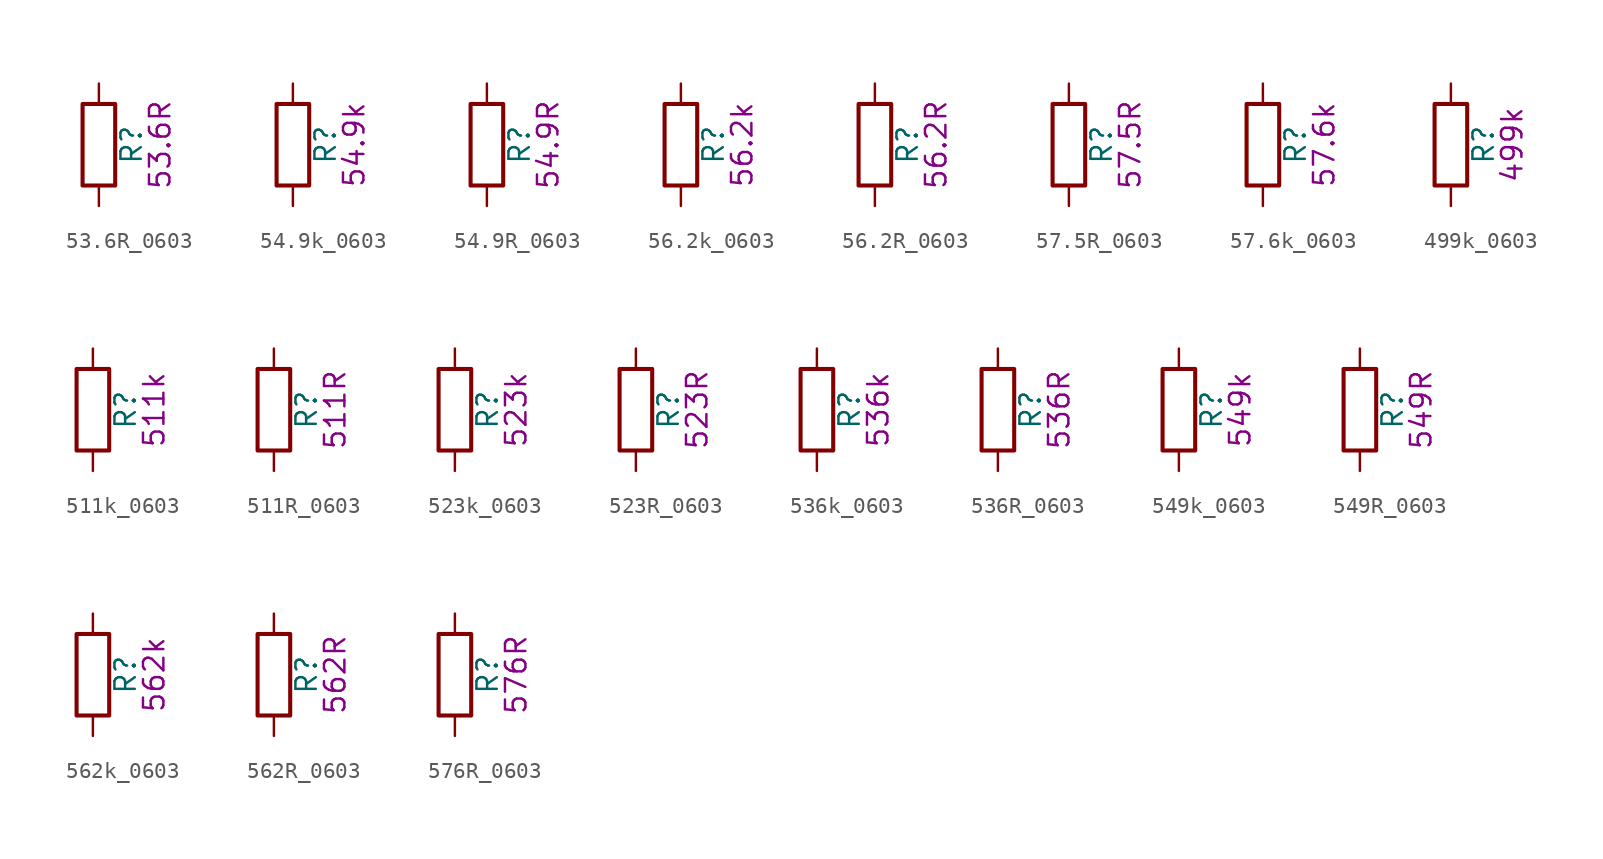
<source format=kicad_sym>
(kicad_symbol_lib
  (version 20211014)
  (generator kicad_symbol_editor)
  (symbol "53.6R_0603"
    (pin_numbers hide)
    (pin_names
      (offset 0))
    (property "Reference" "R"
      (at 2.032 0 90)
      (effects (font (size 1.27 1.27))))
    (property "Display" "53.6R"
      (at 3.81 0 90)
      (effects (font (size 1.27 1.27))))
    (symbol "53.6R_0603_0_1"
      (rectangle (start -1.016 -2.54) (end 1.016 2.54) (stroke (width 0.254) (type default) (color 0 0 0 0)) (fill (type none))))
    (symbol "53.6R_0603_1_1"
      (pin passive line (at 0 3.81 270) (length 1.27) (name "~" (effects (font (size 1.27 1.27)))) (number "1" (effects (font (size 1.27 1.27)))))
      (pin passive line (at 0 -3.81 90) (length 1.27) (name "~" (effects (font (size 1.27 1.27)))) (number "2" (effects (font (size 1.27 1.27)))))))
  (symbol "54.9k_0603"
    (pin_numbers hide)
    (pin_names
      (offset 0))
    (property "Reference" "R"
      (at 2.032 0 90)
      (effects (font (size 1.27 1.27))))
    (property "Display" "54.9k"
      (at 3.81 0 90)
      (effects (font (size 1.27 1.27))))
    (symbol "54.9k_0603_0_1"
      (rectangle (start -1.016 -2.54) (end 1.016 2.54) (stroke (width 0.254) (type default) (color 0 0 0 0)) (fill (type none))))
    (symbol "54.9k_0603_1_1"
      (pin passive line (at 0 3.81 270) (length 1.27) (name "~" (effects (font (size 1.27 1.27)))) (number "1" (effects (font (size 1.27 1.27)))))
      (pin passive line (at 0 -3.81 90) (length 1.27) (name "~" (effects (font (size 1.27 1.27)))) (number "2" (effects (font (size 1.27 1.27)))))))
  (symbol "54.9R_0603"
    (pin_numbers hide)
    (pin_names
      (offset 0))
    (property "Reference" "R"
      (at 2.032 0 90)
      (effects (font (size 1.27 1.27))))
    (property "Display" "54.9R"
      (at 3.81 0 90)
      (effects (font (size 1.27 1.27))))
    (symbol "54.9R_0603_0_1"
      (rectangle (start -1.016 -2.54) (end 1.016 2.54) (stroke (width 0.254) (type default) (color 0 0 0 0)) (fill (type none))))
    (symbol "54.9R_0603_1_1"
      (pin passive line (at 0 3.81 270) (length 1.27) (name "~" (effects (font (size 1.27 1.27)))) (number "1" (effects (font (size 1.27 1.27)))))
      (pin passive line (at 0 -3.81 90) (length 1.27) (name "~" (effects (font (size 1.27 1.27)))) (number "2" (effects (font (size 1.27 1.27)))))))
  (symbol "56.2k_0603"
    (pin_numbers hide)
    (pin_names
      (offset 0))
    (property "Reference" "R"
      (at 2.032 0 90)
      (effects (font (size 1.27 1.27))))
    (property "Display" "56.2k"
      (at 3.81 0 90)
      (effects (font (size 1.27 1.27))))
    (symbol "56.2k_0603_0_1"
      (rectangle (start -1.016 -2.54) (end 1.016 2.54) (stroke (width 0.254) (type default) (color 0 0 0 0)) (fill (type none))))
    (symbol "56.2k_0603_1_1"
      (pin passive line (at 0 3.81 270) (length 1.27) (name "~" (effects (font (size 1.27 1.27)))) (number "1" (effects (font (size 1.27 1.27)))))
      (pin passive line (at 0 -3.81 90) (length 1.27) (name "~" (effects (font (size 1.27 1.27)))) (number "2" (effects (font (size 1.27 1.27)))))))
  (symbol "56.2R_0603"
    (pin_numbers hide)
    (pin_names
      (offset 0))
    (property "Reference" "R"
      (at 2.032 0 90)
      (effects (font (size 1.27 1.27))))
    (property "Display" "56.2R"
      (at 3.81 0 90)
      (effects (font (size 1.27 1.27))))
    (symbol "56.2R_0603_0_1"
      (rectangle (start -1.016 -2.54) (end 1.016 2.54) (stroke (width 0.254) (type default) (color 0 0 0 0)) (fill (type none))))
    (symbol "56.2R_0603_1_1"
      (pin passive line (at 0 3.81 270) (length 1.27) (name "~" (effects (font (size 1.27 1.27)))) (number "1" (effects (font (size 1.27 1.27)))))
      (pin passive line (at 0 -3.81 90) (length 1.27) (name "~" (effects (font (size 1.27 1.27)))) (number "2" (effects (font (size 1.27 1.27)))))))
  (symbol "57.5R_0603"
    (pin_numbers hide)
    (pin_names
      (offset 0))
    (property "Reference" "R"
      (at 2.032 0 90)
      (effects (font (size 1.27 1.27))))
    (property "Display" "57.5R"
      (at 3.81 0 90)
      (effects (font (size 1.27 1.27))))
    (symbol "57.5R_0603_0_1"
      (rectangle (start -1.016 -2.54) (end 1.016 2.54) (stroke (width 0.254) (type default) (color 0 0 0 0)) (fill (type none))))
    (symbol "57.5R_0603_1_1"
      (pin passive line (at 0 3.81 270) (length 1.27) (name "~" (effects (font (size 1.27 1.27)))) (number "1" (effects (font (size 1.27 1.27)))))
      (pin passive line (at 0 -3.81 90) (length 1.27) (name "~" (effects (font (size 1.27 1.27)))) (number "2" (effects (font (size 1.27 1.27)))))))
  (symbol "57.6k_0603"
    (pin_numbers hide)
    (pin_names
      (offset 0))
    (property "Reference" "R"
      (at 2.032 0 90)
      (effects (font (size 1.27 1.27))))
    (property "Display" "57.6k"
      (at 3.81 0 90)
      (effects (font (size 1.27 1.27))))
    (symbol "57.6k_0603_0_1"
      (rectangle (start -1.016 -2.54) (end 1.016 2.54) (stroke (width 0.254) (type default) (color 0 0 0 0)) (fill (type none))))
    (symbol "57.6k_0603_1_1"
      (pin passive line (at 0 3.81 270) (length 1.27) (name "~" (effects (font (size 1.27 1.27)))) (number "1" (effects (font (size 1.27 1.27)))))
      (pin passive line (at 0 -3.81 90) (length 1.27) (name "~" (effects (font (size 1.27 1.27)))) (number "2" (effects (font (size 1.27 1.27)))))))
  (symbol "499k_0603"
    (pin_numbers hide)
    (pin_names
      (offset 0))
    (property "Reference" "R"
      (at 2.032 0 90)
      (effects (font (size 1.27 1.27))))
    (property "Display" "499k"
      (at 3.81 0 90)
      (effects (font (size 1.27 1.27))))
    (symbol "499k_0603_0_1"
      (rectangle (start -1.016 -2.54) (end 1.016 2.54) (stroke (width 0.254) (type default) (color 0 0 0 0)) (fill (type none))))
    (symbol "499k_0603_1_1"
      (pin passive line (at 0 3.81 270) (length 1.27) (name "~" (effects (font (size 1.27 1.27)))) (number "1" (effects (font (size 1.27 1.27)))))
      (pin passive line (at 0 -3.81 90) (length 1.27) (name "~" (effects (font (size 1.27 1.27)))) (number "2" (effects (font (size 1.27 1.27)))))))
  (symbol "511k_0603"
    (pin_numbers hide)
    (pin_names
      (offset 0))
    (property "Reference" "R"
      (at 2.032 0 90)
      (effects (font (size 1.27 1.27))))
    (property "Display" "511k"
      (at 3.81 0 90)
      (effects (font (size 1.27 1.27))))
    (symbol "511k_0603_0_1"
      (rectangle (start -1.016 -2.54) (end 1.016 2.54) (stroke (width 0.254) (type default) (color 0 0 0 0)) (fill (type none))))
    (symbol "511k_0603_1_1"
      (pin passive line (at 0 3.81 270) (length 1.27) (name "~" (effects (font (size 1.27 1.27)))) (number "1" (effects (font (size 1.27 1.27)))))
      (pin passive line (at 0 -3.81 90) (length 1.27) (name "~" (effects (font (size 1.27 1.27)))) (number "2" (effects (font (size 1.27 1.27)))))))
  (symbol "511R_0603"
    (pin_numbers hide)
    (pin_names
      (offset 0))
    (property "Reference" "R"
      (at 2.032 0 90)
      (effects (font (size 1.27 1.27))))
    (property "Display" "511R"
      (at 3.81 0 90)
      (effects (font (size 1.27 1.27))))
    (symbol "511R_0603_0_1"
      (rectangle (start -1.016 -2.54) (end 1.016 2.54) (stroke (width 0.254) (type default) (color 0 0 0 0)) (fill (type none))))
    (symbol "511R_0603_1_1"
      (pin passive line (at 0 3.81 270) (length 1.27) (name "~" (effects (font (size 1.27 1.27)))) (number "1" (effects (font (size 1.27 1.27)))))
      (pin passive line (at 0 -3.81 90) (length 1.27) (name "~" (effects (font (size 1.27 1.27)))) (number "2" (effects (font (size 1.27 1.27)))))))
  (symbol "523k_0603"
    (pin_numbers hide)
    (pin_names
      (offset 0))
    (property "Reference" "R"
      (at 2.032 0 90)
      (effects (font (size 1.27 1.27))))
    (property "Display" "523k"
      (at 3.81 0 90)
      (effects (font (size 1.27 1.27))))
    (symbol "523k_0603_0_1"
      (rectangle (start -1.016 -2.54) (end 1.016 2.54) (stroke (width 0.254) (type default) (color 0 0 0 0)) (fill (type none))))
    (symbol "523k_0603_1_1"
      (pin passive line (at 0 3.81 270) (length 1.27) (name "~" (effects (font (size 1.27 1.27)))) (number "1" (effects (font (size 1.27 1.27)))))
      (pin passive line (at 0 -3.81 90) (length 1.27) (name "~" (effects (font (size 1.27 1.27)))) (number "2" (effects (font (size 1.27 1.27)))))))
  (symbol "523R_0603"
    (pin_numbers hide)
    (pin_names
      (offset 0))
    (property "Reference" "R"
      (at 2.032 0 90)
      (effects (font (size 1.27 1.27))))
    (property "Display" "523R"
      (at 3.81 0 90)
      (effects (font (size 1.27 1.27))))
    (symbol "523R_0603_0_1"
      (rectangle (start -1.016 -2.54) (end 1.016 2.54) (stroke (width 0.254) (type default) (color 0 0 0 0)) (fill (type none))))
    (symbol "523R_0603_1_1"
      (pin passive line (at 0 3.81 270) (length 1.27) (name "~" (effects (font (size 1.27 1.27)))) (number "1" (effects (font (size 1.27 1.27)))))
      (pin passive line (at 0 -3.81 90) (length 1.27) (name "~" (effects (font (size 1.27 1.27)))) (number "2" (effects (font (size 1.27 1.27)))))))
  (symbol "536k_0603"
    (pin_numbers hide)
    (pin_names
      (offset 0))
    (property "Reference" "R"
      (at 2.032 0 90)
      (effects (font (size 1.27 1.27))))
    (property "Display" "536k"
      (at 3.81 0 90)
      (effects (font (size 1.27 1.27))))
    (symbol "536k_0603_0_1"
      (rectangle (start -1.016 -2.54) (end 1.016 2.54) (stroke (width 0.254) (type default) (color 0 0 0 0)) (fill (type none))))
    (symbol "536k_0603_1_1"
      (pin passive line (at 0 3.81 270) (length 1.27) (name "~" (effects (font (size 1.27 1.27)))) (number "1" (effects (font (size 1.27 1.27)))))
      (pin passive line (at 0 -3.81 90) (length 1.27) (name "~" (effects (font (size 1.27 1.27)))) (number "2" (effects (font (size 1.27 1.27)))))))
  (symbol "536R_0603"
    (pin_numbers hide)
    (pin_names
      (offset 0))
    (property "Reference" "R"
      (at 2.032 0 90)
      (effects (font (size 1.27 1.27))))
    (property "Display" "536R"
      (at 3.81 0 90)
      (effects (font (size 1.27 1.27))))
    (symbol "536R_0603_0_1"
      (rectangle (start -1.016 -2.54) (end 1.016 2.54) (stroke (width 0.254) (type default) (color 0 0 0 0)) (fill (type none))))
    (symbol "536R_0603_1_1"
      (pin passive line (at 0 3.81 270) (length 1.27) (name "~" (effects (font (size 1.27 1.27)))) (number "1" (effects (font (size 1.27 1.27)))))
      (pin passive line (at 0 -3.81 90) (length 1.27) (name "~" (effects (font (size 1.27 1.27)))) (number "2" (effects (font (size 1.27 1.27)))))))
  (symbol "549k_0603"
    (pin_numbers hide)
    (pin_names
      (offset 0))
    (property "Reference" "R"
      (at 2.032 0 90)
      (effects (font (size 1.27 1.27))))
    (property "Display" "549k"
      (at 3.81 0 90)
      (effects (font (size 1.27 1.27))))
    (symbol "549k_0603_0_1"
      (rectangle (start -1.016 -2.54) (end 1.016 2.54) (stroke (width 0.254) (type default) (color 0 0 0 0)) (fill (type none))))
    (symbol "549k_0603_1_1"
      (pin passive line (at 0 3.81 270) (length 1.27) (name "~" (effects (font (size 1.27 1.27)))) (number "1" (effects (font (size 1.27 1.27)))))
      (pin passive line (at 0 -3.81 90) (length 1.27) (name "~" (effects (font (size 1.27 1.27)))) (number "2" (effects (font (size 1.27 1.27)))))))
  (symbol "549R_0603"
    (pin_numbers hide)
    (pin_names
      (offset 0))
    (property "Reference" "R"
      (at 2.032 0 90)
      (effects (font (size 1.27 1.27))))
    (property "Display" "549R"
      (at 3.81 0 90)
      (effects (font (size 1.27 1.27))))
    (symbol "549R_0603_0_1"
      (rectangle (start -1.016 -2.54) (end 1.016 2.54) (stroke (width 0.254) (type default) (color 0 0 0 0)) (fill (type none))))
    (symbol "549R_0603_1_1"
      (pin passive line (at 0 3.81 270) (length 1.27) (name "~" (effects (font (size 1.27 1.27)))) (number "1" (effects (font (size 1.27 1.27)))))
      (pin passive line (at 0 -3.81 90) (length 1.27) (name "~" (effects (font (size 1.27 1.27)))) (number "2" (effects (font (size 1.27 1.27)))))))
  (symbol "562k_0603"
    (pin_numbers hide)
    (pin_names
      (offset 0))
    (property "Reference" "R"
      (at 2.032 0 90)
      (effects (font (size 1.27 1.27))))
    (property "Display" "562k"
      (at 3.81 0 90)
      (effects (font (size 1.27 1.27))))
    (symbol "562k_0603_0_1"
      (rectangle (start -1.016 -2.54) (end 1.016 2.54) (stroke (width 0.254) (type default) (color 0 0 0 0)) (fill (type none))))
    (symbol "562k_0603_1_1"
      (pin passive line (at 0 3.81 270) (length 1.27) (name "~" (effects (font (size 1.27 1.27)))) (number "1" (effects (font (size 1.27 1.27)))))
      (pin passive line (at 0 -3.81 90) (length 1.27) (name "~" (effects (font (size 1.27 1.27)))) (number "2" (effects (font (size 1.27 1.27)))))))
  (symbol "562R_0603"
    (pin_numbers hide)
    (pin_names
      (offset 0))
    (property "Reference" "R"
      (at 2.032 0 90)
      (effects (font (size 1.27 1.27))))
    (property "Display" "562R"
      (at 3.81 0 90)
      (effects (font (size 1.27 1.27))))
    (symbol "562R_0603_0_1"
      (rectangle (start -1.016 -2.54) (end 1.016 2.54) (stroke (width 0.254) (type default) (color 0 0 0 0)) (fill (type none))))
    (symbol "562R_0603_1_1"
      (pin passive line (at 0 3.81 270) (length 1.27) (name "~" (effects (font (size 1.27 1.27)))) (number "1" (effects (font (size 1.27 1.27)))))
      (pin passive line (at 0 -3.81 90) (length 1.27) (name "~" (effects (font (size 1.27 1.27)))) (number "2" (effects (font (size 1.27 1.27)))))))
  (symbol "576R_0603"
    (pin_numbers hide)
    (pin_names
      (offset 0))
    (property "Reference" "R"
      (at 2.032 0 90)
      (effects (font (size 1.27 1.27))))
    (property "Display" "576R"
      (at 3.81 0 90)
      (effects (font (size 1.27 1.27))))
    (symbol "576R_0603_0_1"
      (rectangle (start -1.016 -2.54) (end 1.016 2.54) (stroke (width 0.254) (type default) (color 0 0 0 0)) (fill (type none))))
    (symbol "576R_0603_1_1"
      (pin passive line (at 0 3.81 270) (length 1.27) (name "~" (effects (font (size 1.27 1.27)))) (number "1" (effects (font (size 1.27 1.27)))))
      (pin passive line (at 0 -3.81 90) (length 1.27) (name "~" (effects (font (size 1.27 1.27)))) (number "2" (effects (font (size 1.27 1.27))))))))
</source>
